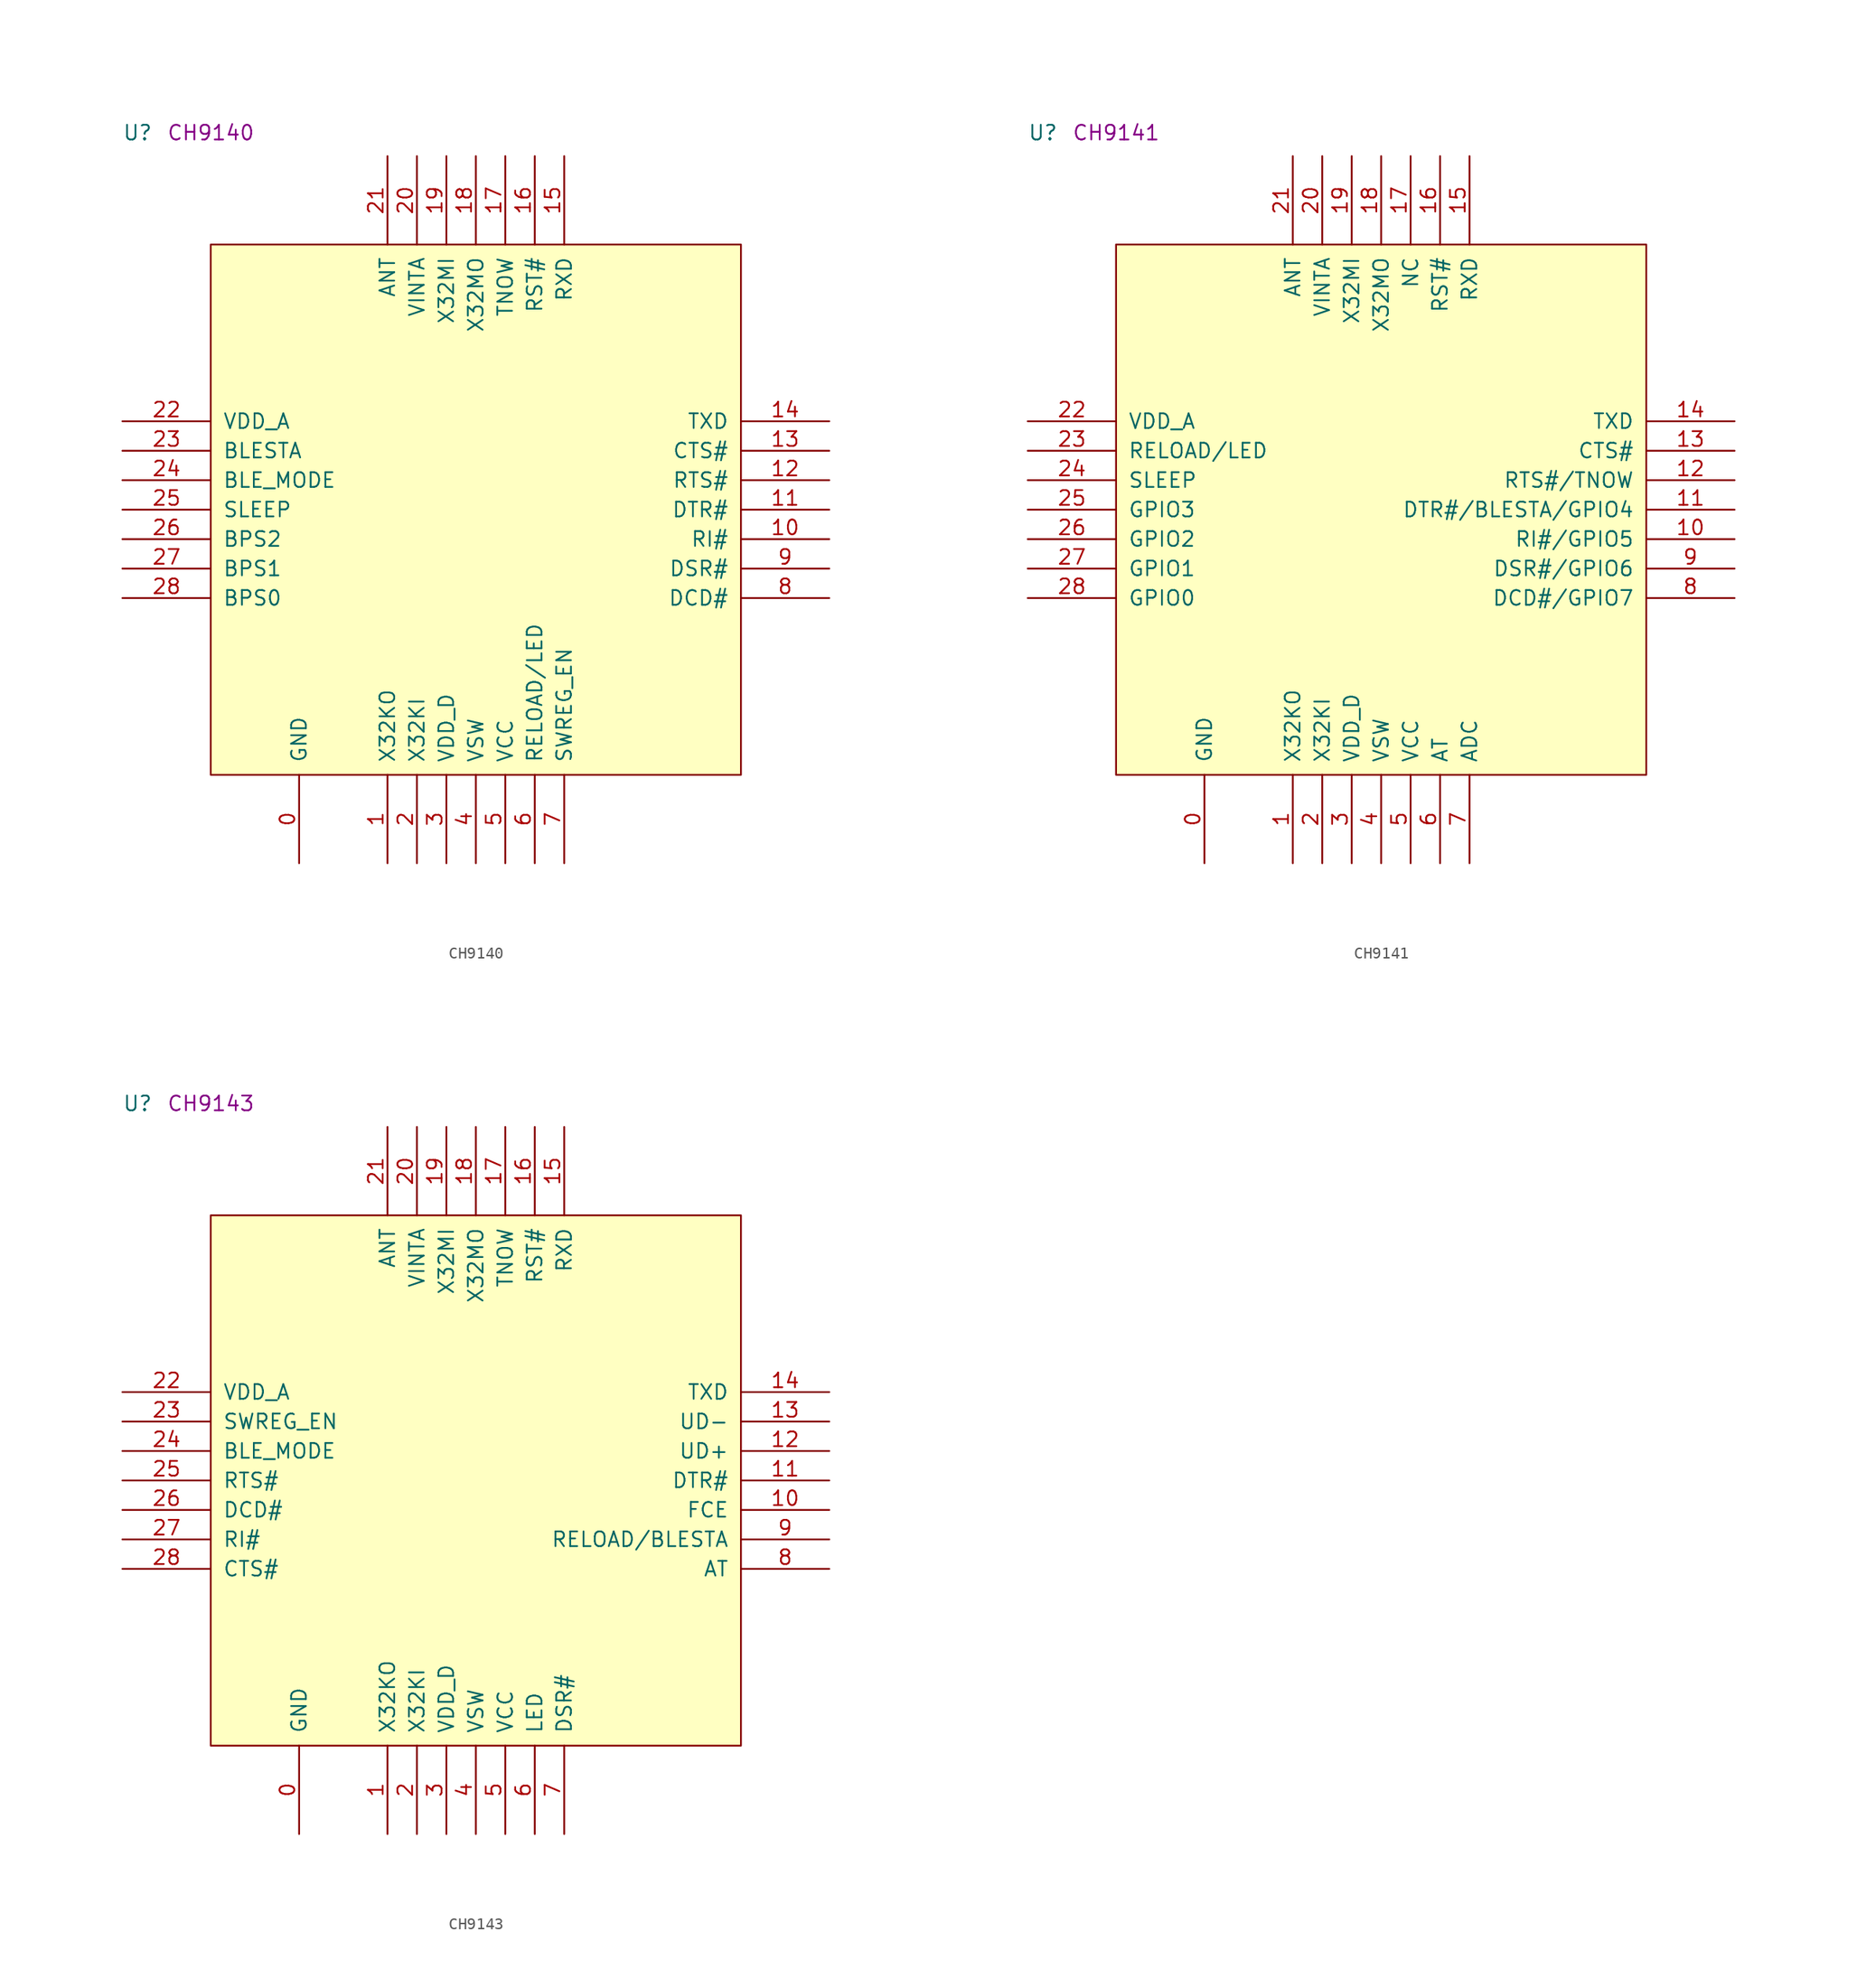
<source format=kicad_sym>
(kicad_symbol_lib
  (version 20211014)
  (generator kicad_symbol_editor)
  (symbol "CH9140"
    (pin_names
      (offset 1.016))
    (property "Reference" "U"
      (at -7.62 8.89 0)
      (effects (font (size 1.27 1.27)) (justify left bottom)))
    (property "Comment" "CH9140"
      (at -3.81 8.89 0)
      (effects (font (size 1.27 1.27)) (justify left bottom)))
    (symbol "CH9140_1_1"
      (rectangle (start 0 -45.72) (end 45.72 0) (stroke (width 0) (type default) (color 0 0 0 0)) (fill (type background)))
      (pin power_in line (at 7.62 -53.34 90) (length 7.62) (name "GND" (effects (font (size 1.27 1.27)))) (number "0" (effects (font (size 1.27 1.27)))))
      (pin output line (at 15.24 -53.34 90) (length 7.62) (name "X32KO" (effects (font (size 1.27 1.27)))) (number "1" (effects (font (size 1.27 1.27)))))
      (pin input line (at 53.34 -25.4 180) (length 7.62) (name "RI#" (effects (font (size 1.27 1.27)))) (number "10" (effects (font (size 1.27 1.27)))))
      (pin output line (at 53.34 -22.86 180) (length 7.62) (name "DTR#" (effects (font (size 1.27 1.27)))) (number "11" (effects (font (size 1.27 1.27)))))
      (pin output line (at 53.34 -20.32 180) (length 7.62) (name "RTS#" (effects (font (size 1.27 1.27)))) (number "12" (effects (font (size 1.27 1.27)))))
      (pin input line (at 53.34 -17.78 180) (length 7.62) (name "CTS#" (effects (font (size 1.27 1.27)))) (number "13" (effects (font (size 1.27 1.27)))))
      (pin output line (at 53.34 -15.24 180) (length 7.62) (name "TXD" (effects (font (size 1.27 1.27)))) (number "14" (effects (font (size 1.27 1.27)))))
      (pin input line (at 30.48 7.62 270) (length 7.62) (name "RXD" (effects (font (size 1.27 1.27)))) (number "15" (effects (font (size 1.27 1.27)))))
      (pin input line (at 27.94 7.62 270) (length 7.62) (name "RST#" (effects (font (size 1.27 1.27)))) (number "16" (effects (font (size 1.27 1.27)))))
      (pin output line (at 25.4 7.62 270) (length 7.62) (name "TNOW" (effects (font (size 1.27 1.27)))) (number "17" (effects (font (size 1.27 1.27)))))
      (pin output line (at 22.86 7.62 270) (length 7.62) (name "X32MO" (effects (font (size 1.27 1.27)))) (number "18" (effects (font (size 1.27 1.27)))))
      (pin input line (at 20.32 7.62 270) (length 7.62) (name "X32MI" (effects (font (size 1.27 1.27)))) (number "19" (effects (font (size 1.27 1.27)))))
      (pin input line (at 17.78 -53.34 90) (length 7.62) (name "X32KI" (effects (font (size 1.27 1.27)))) (number "2" (effects (font (size 1.27 1.27)))))
      (pin power_in line (at 17.78 7.62 270) (length 7.62) (name "VINTA" (effects (font (size 1.27 1.27)))) (number "20" (effects (font (size 1.27 1.27)))))
      (pin passive line (at 15.24 7.62 270) (length 7.62) (name "ANT" (effects (font (size 1.27 1.27)))) (number "21" (effects (font (size 1.27 1.27)))))
      (pin power_in line (at -7.62 -15.24 0) (length 7.62) (name "VDD_A" (effects (font (size 1.27 1.27)))) (number "22" (effects (font (size 1.27 1.27)))))
      (pin output line (at -7.62 -17.78 0) (length 7.62) (name "BLESTA" (effects (font (size 1.27 1.27)))) (number "23" (effects (font (size 1.27 1.27)))))
      (pin input line (at -7.62 -20.32 0) (length 7.62) (name "BLE_MODE" (effects (font (size 1.27 1.27)))) (number "24" (effects (font (size 1.27 1.27)))))
      (pin input line (at -7.62 -22.86 0) (length 7.62) (name "SLEEP" (effects (font (size 1.27 1.27)))) (number "25" (effects (font (size 1.27 1.27)))))
      (pin input line (at -7.62 -25.4 0) (length 7.62) (name "BPS2" (effects (font (size 1.27 1.27)))) (number "26" (effects (font (size 1.27 1.27)))))
      (pin input line (at -7.62 -27.94 0) (length 7.62) (name "BPS1" (effects (font (size 1.27 1.27)))) (number "27" (effects (font (size 1.27 1.27)))))
      (pin input line (at -7.62 -30.48 0) (length 7.62) (name "BPS0" (effects (font (size 1.27 1.27)))) (number "28" (effects (font (size 1.27 1.27)))))
      (pin power_in line (at 20.32 -53.34 90) (length 7.62) (name "VDD_D" (effects (font (size 1.27 1.27)))) (number "3" (effects (font (size 1.27 1.27)))))
      (pin power_in line (at 22.86 -53.34 90) (length 7.62) (name "VSW" (effects (font (size 1.27 1.27)))) (number "4" (effects (font (size 1.27 1.27)))))
      (pin power_in line (at 25.4 -53.34 90) (length 7.62) (name "VCC" (effects (font (size 1.27 1.27)))) (number "5" (effects (font (size 1.27 1.27)))))
      (pin bidirectional line (at 27.94 -53.34 90) (length 7.62) (name "RELOAD/LED" (effects (font (size 1.27 1.27)))) (number "6" (effects (font (size 1.27 1.27)))))
      (pin input line (at 30.48 -53.34 90) (length 7.62) (name "SWREG_EN" (effects (font (size 1.27 1.27)))) (number "7" (effects (font (size 1.27 1.27)))))
      (pin input line (at 53.34 -30.48 180) (length 7.62) (name "DCD#" (effects (font (size 1.27 1.27)))) (number "8" (effects (font (size 1.27 1.27)))))
      (pin input line (at 53.34 -27.94 180) (length 7.62) (name "DSR#" (effects (font (size 1.27 1.27)))) (number "9" (effects (font (size 1.27 1.27)))))))
  (symbol "CH9141"
    (pin_names
      (offset 1.016))
    (property "Reference" "U"
      (at -7.62 8.89 0)
      (effects (font (size 1.27 1.27)) (justify left bottom)))
    (property "Comment" "CH9141"
      (at -3.81 8.89 0)
      (effects (font (size 1.27 1.27)) (justify left bottom)))
    (symbol "CH9141_1_1"
      (rectangle (start 0 -45.72) (end 45.72 0) (stroke (width 0) (type default) (color 0 0 0 0)) (fill (type background)))
      (pin power_in line (at 7.62 -53.34 90) (length 7.62) (name "GND" (effects (font (size 1.27 1.27)))) (number "0" (effects (font (size 1.27 1.27)))))
      (pin passive line (at 15.24 -53.34 90) (length 7.62) (name "X32KO" (effects (font (size 1.27 1.27)))) (number "1" (effects (font (size 1.27 1.27)))))
      (pin bidirectional line (at 53.34 -25.4 180) (length 7.62) (name "RI#/GPIO5" (effects (font (size 1.27 1.27)))) (number "10" (effects (font (size 1.27 1.27)))))
      (pin bidirectional line (at 53.34 -22.86 180) (length 7.62) (name "DTR#/BLESTA/GPIO4" (effects (font (size 1.27 1.27)))) (number "11" (effects (font (size 1.27 1.27)))))
      (pin bidirectional line (at 53.34 -20.32 180) (length 7.62) (name "RTS#/TNOW" (effects (font (size 1.27 1.27)))) (number "12" (effects (font (size 1.27 1.27)))))
      (pin input line (at 53.34 -17.78 180) (length 7.62) (name "CTS#" (effects (font (size 1.27 1.27)))) (number "13" (effects (font (size 1.27 1.27)))))
      (pin output line (at 53.34 -15.24 180) (length 7.62) (name "TXD" (effects (font (size 1.27 1.27)))) (number "14" (effects (font (size 1.27 1.27)))))
      (pin input line (at 30.48 7.62 270) (length 7.62) (name "RXD" (effects (font (size 1.27 1.27)))) (number "15" (effects (font (size 1.27 1.27)))))
      (pin input line (at 27.94 7.62 270) (length 7.62) (name "RST#" (effects (font (size 1.27 1.27)))) (number "16" (effects (font (size 1.27 1.27)))))
      (pin tri_state line (at 25.4 7.62 270) (length 7.62) (name "NC" (effects (font (size 1.27 1.27)))) (number "17" (effects (font (size 1.27 1.27)))))
      (pin output line (at 22.86 7.62 270) (length 7.62) (name "X32MO" (effects (font (size 1.27 1.27)))) (number "18" (effects (font (size 1.27 1.27)))))
      (pin input line (at 20.32 7.62 270) (length 7.62) (name "X32MI" (effects (font (size 1.27 1.27)))) (number "19" (effects (font (size 1.27 1.27)))))
      (pin passive line (at 17.78 -53.34 90) (length 7.62) (name "X32KI" (effects (font (size 1.27 1.27)))) (number "2" (effects (font (size 1.27 1.27)))))
      (pin power_in line (at 17.78 7.62 270) (length 7.62) (name "VINTA" (effects (font (size 1.27 1.27)))) (number "20" (effects (font (size 1.27 1.27)))))
      (pin passive line (at 15.24 7.62 270) (length 7.62) (name "ANT" (effects (font (size 1.27 1.27)))) (number "21" (effects (font (size 1.27 1.27)))))
      (pin power_in line (at -7.62 -15.24 0) (length 7.62) (name "VDD_A" (effects (font (size 1.27 1.27)))) (number "22" (effects (font (size 1.27 1.27)))))
      (pin bidirectional line (at -7.62 -17.78 0) (length 7.62) (name "RELOAD/LED" (effects (font (size 1.27 1.27)))) (number "23" (effects (font (size 1.27 1.27)))))
      (pin input line (at -7.62 -20.32 0) (length 7.62) (name "SLEEP" (effects (font (size 1.27 1.27)))) (number "24" (effects (font (size 1.27 1.27)))))
      (pin input line (at -7.62 -22.86 0) (length 7.62) (name "GPIO3" (effects (font (size 1.27 1.27)))) (number "25" (effects (font (size 1.27 1.27)))))
      (pin output line (at -7.62 -25.4 0) (length 7.62) (name "GPIO2" (effects (font (size 1.27 1.27)))) (number "26" (effects (font (size 1.27 1.27)))))
      (pin input line (at -7.62 -27.94 0) (length 7.62) (name "GPIO1" (effects (font (size 1.27 1.27)))) (number "27" (effects (font (size 1.27 1.27)))))
      (pin output line (at -7.62 -30.48 0) (length 7.62) (name "GPIO0" (effects (font (size 1.27 1.27)))) (number "28" (effects (font (size 1.27 1.27)))))
      (pin power_in line (at 20.32 -53.34 90) (length 7.62) (name "VDD_D" (effects (font (size 1.27 1.27)))) (number "3" (effects (font (size 1.27 1.27)))))
      (pin power_in line (at 22.86 -53.34 90) (length 7.62) (name "VSW" (effects (font (size 1.27 1.27)))) (number "4" (effects (font (size 1.27 1.27)))))
      (pin power_in line (at 25.4 -53.34 90) (length 7.62) (name "VCC" (effects (font (size 1.27 1.27)))) (number "5" (effects (font (size 1.27 1.27)))))
      (pin input line (at 27.94 -53.34 90) (length 7.62) (name "AT" (effects (font (size 1.27 1.27)))) (number "6" (effects (font (size 1.27 1.27)))))
      (pin passive line (at 30.48 -53.34 90) (length 7.62) (name "ADC" (effects (font (size 1.27 1.27)))) (number "7" (effects (font (size 1.27 1.27)))))
      (pin bidirectional line (at 53.34 -30.48 180) (length 7.62) (name "DCD#/GPIO7" (effects (font (size 1.27 1.27)))) (number "8" (effects (font (size 1.27 1.27)))))
      (pin bidirectional line (at 53.34 -27.94 180) (length 7.62) (name "DSR#/GPIO6" (effects (font (size 1.27 1.27)))) (number "9" (effects (font (size 1.27 1.27)))))))
  (symbol "CH9143"
    (pin_names
      (offset 1.016))
    (property "Reference" "U"
      (at -7.62 8.89 0)
      (effects (font (size 1.27 1.27)) (justify left bottom)))
    (property "Comment" "CH9143"
      (at -3.81 8.89 0)
      (effects (font (size 1.27 1.27)) (justify left bottom)))
    (symbol "CH9143_1_1"
      (rectangle (start 0 -45.72) (end 45.72 0) (stroke (width 0) (type default) (color 0 0 0 0)) (fill (type background)))
      (pin power_in line (at 7.62 -53.34 90) (length 7.62) (name "GND" (effects (font (size 1.27 1.27)))) (number "0" (effects (font (size 1.27 1.27)))))
      (pin output line (at 15.24 -53.34 90) (length 7.62) (name "X32KO" (effects (font (size 1.27 1.27)))) (number "1" (effects (font (size 1.27 1.27)))))
      (pin input line (at 53.34 -25.4 180) (length 7.62) (name "FCE" (effects (font (size 1.27 1.27)))) (number "10" (effects (font (size 1.27 1.27)))))
      (pin output line (at 53.34 -22.86 180) (length 7.62) (name "DTR#" (effects (font (size 1.27 1.27)))) (number "11" (effects (font (size 1.27 1.27)))))
      (pin bidirectional line (at 53.34 -20.32 180) (length 7.62) (name "UD+" (effects (font (size 1.27 1.27)))) (number "12" (effects (font (size 1.27 1.27)))))
      (pin bidirectional line (at 53.34 -17.78 180) (length 7.62) (name "UD-" (effects (font (size 1.27 1.27)))) (number "13" (effects (font (size 1.27 1.27)))))
      (pin output line (at 53.34 -15.24 180) (length 7.62) (name "TXD" (effects (font (size 1.27 1.27)))) (number "14" (effects (font (size 1.27 1.27)))))
      (pin input line (at 30.48 7.62 270) (length 7.62) (name "RXD" (effects (font (size 1.27 1.27)))) (number "15" (effects (font (size 1.27 1.27)))))
      (pin input line (at 27.94 7.62 270) (length 7.62) (name "RST#" (effects (font (size 1.27 1.27)))) (number "16" (effects (font (size 1.27 1.27)))))
      (pin output line (at 25.4 7.62 270) (length 7.62) (name "TNOW" (effects (font (size 1.27 1.27)))) (number "17" (effects (font (size 1.27 1.27)))))
      (pin output line (at 22.86 7.62 270) (length 7.62) (name "X32MO" (effects (font (size 1.27 1.27)))) (number "18" (effects (font (size 1.27 1.27)))))
      (pin input line (at 20.32 7.62 270) (length 7.62) (name "X32MI" (effects (font (size 1.27 1.27)))) (number "19" (effects (font (size 1.27 1.27)))))
      (pin input line (at 17.78 -53.34 90) (length 7.62) (name "X32KI" (effects (font (size 1.27 1.27)))) (number "2" (effects (font (size 1.27 1.27)))))
      (pin power_in line (at 17.78 7.62 270) (length 7.62) (name "VINTA" (effects (font (size 1.27 1.27)))) (number "20" (effects (font (size 1.27 1.27)))))
      (pin passive line (at 15.24 7.62 270) (length 7.62) (name "ANT" (effects (font (size 1.27 1.27)))) (number "21" (effects (font (size 1.27 1.27)))))
      (pin power_in line (at -7.62 -15.24 0) (length 7.62) (name "VDD_A" (effects (font (size 1.27 1.27)))) (number "22" (effects (font (size 1.27 1.27)))))
      (pin input line (at -7.62 -17.78 0) (length 7.62) (name "SWREG_EN" (effects (font (size 1.27 1.27)))) (number "23" (effects (font (size 1.27 1.27)))))
      (pin input line (at -7.62 -20.32 0) (length 7.62) (name "BLE_MODE" (effects (font (size 1.27 1.27)))) (number "24" (effects (font (size 1.27 1.27)))))
      (pin output line (at -7.62 -22.86 0) (length 7.62) (name "RTS#" (effects (font (size 1.27 1.27)))) (number "25" (effects (font (size 1.27 1.27)))))
      (pin input line (at -7.62 -25.4 0) (length 7.62) (name "DCD#" (effects (font (size 1.27 1.27)))) (number "26" (effects (font (size 1.27 1.27)))))
      (pin input line (at -7.62 -27.94 0) (length 7.62) (name "RI#" (effects (font (size 1.27 1.27)))) (number "27" (effects (font (size 1.27 1.27)))))
      (pin input line (at -7.62 -30.48 0) (length 7.62) (name "CTS#" (effects (font (size 1.27 1.27)))) (number "28" (effects (font (size 1.27 1.27)))))
      (pin power_in line (at 20.32 -53.34 90) (length 7.62) (name "VDD_D" (effects (font (size 1.27 1.27)))) (number "3" (effects (font (size 1.27 1.27)))))
      (pin power_in line (at 22.86 -53.34 90) (length 7.62) (name "VSW" (effects (font (size 1.27 1.27)))) (number "4" (effects (font (size 1.27 1.27)))))
      (pin power_in line (at 25.4 -53.34 90) (length 7.62) (name "VCC" (effects (font (size 1.27 1.27)))) (number "5" (effects (font (size 1.27 1.27)))))
      (pin output line (at 27.94 -53.34 90) (length 7.62) (name "LED" (effects (font (size 1.27 1.27)))) (number "6" (effects (font (size 1.27 1.27)))))
      (pin input line (at 30.48 -53.34 90) (length 7.62) (name "DSR#" (effects (font (size 1.27 1.27)))) (number "7" (effects (font (size 1.27 1.27)))))
      (pin input line (at 53.34 -30.48 180) (length 7.62) (name "AT" (effects (font (size 1.27 1.27)))) (number "8" (effects (font (size 1.27 1.27)))))
      (pin bidirectional line (at 53.34 -27.94 180) (length 7.62) (name "RELOAD/BLESTA" (effects (font (size 1.27 1.27)))) (number "9" (effects (font (size 1.27 1.27))))))))
</source>
